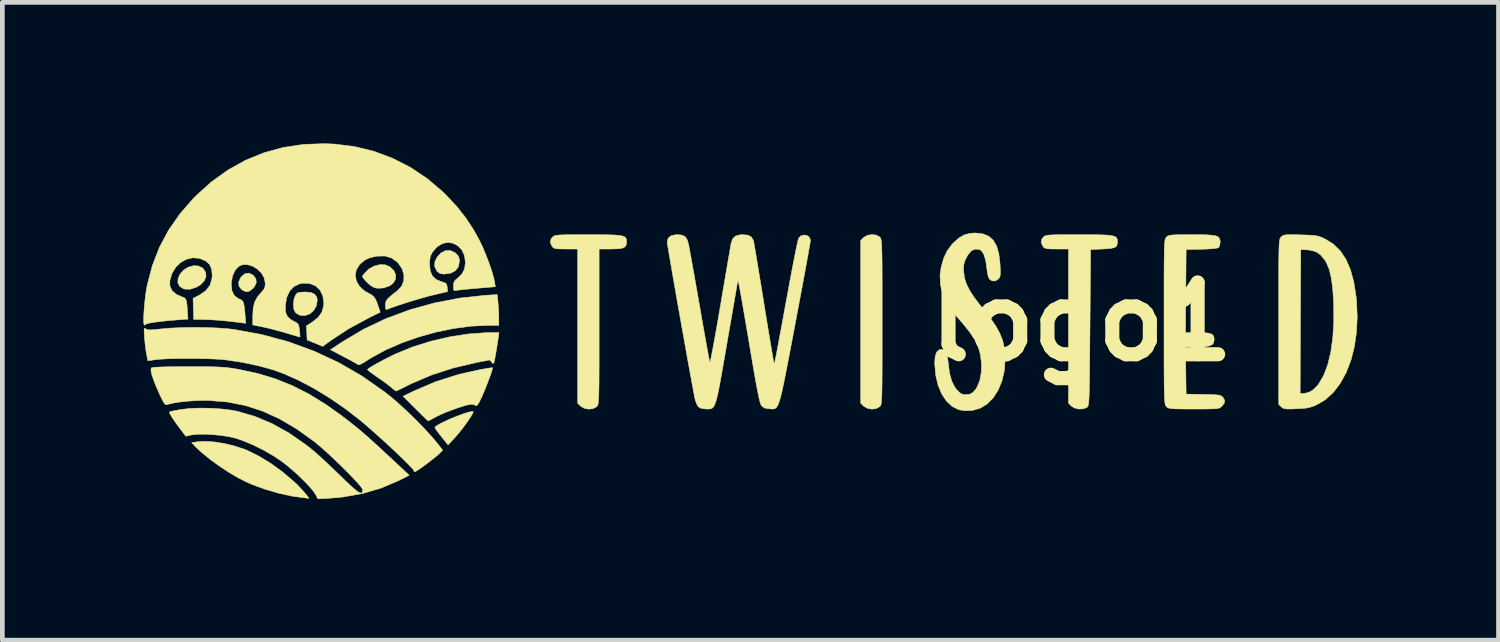
<source format=kicad_pcb>
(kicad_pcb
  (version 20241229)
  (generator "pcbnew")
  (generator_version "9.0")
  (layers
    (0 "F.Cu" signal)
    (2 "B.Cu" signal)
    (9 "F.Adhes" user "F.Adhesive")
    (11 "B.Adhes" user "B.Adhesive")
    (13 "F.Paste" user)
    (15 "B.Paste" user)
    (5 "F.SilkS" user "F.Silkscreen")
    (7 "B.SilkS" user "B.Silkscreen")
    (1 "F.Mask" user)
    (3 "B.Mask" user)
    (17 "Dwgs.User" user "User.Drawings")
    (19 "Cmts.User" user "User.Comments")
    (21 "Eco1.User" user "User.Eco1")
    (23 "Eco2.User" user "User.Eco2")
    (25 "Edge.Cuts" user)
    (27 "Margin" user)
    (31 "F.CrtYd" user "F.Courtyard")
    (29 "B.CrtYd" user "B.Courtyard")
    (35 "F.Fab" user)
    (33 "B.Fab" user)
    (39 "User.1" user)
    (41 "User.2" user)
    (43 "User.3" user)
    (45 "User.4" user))
  (footprint "logo1"
    (layer "F.Cu")
    (at 19.954 3.795)
    (property "Reference" "logo1" (at 0 0 0) (layer "F.SilkS") (effects (font (size 1.524 1.524) (thickness 0.3))))
    (attr through_hole)
    (fp_poly (pts (xy -17.631 -0.999) (xy -17.618 -0.989) (xy -17.562 -0.918) (xy -17.553 -0.836) (xy -17.591 -0.75) (xy -17.626 -0.709) (xy -17.702 -0.651) (xy -17.773 -0.64) (xy -17.849 -0.675) (xy -17.865 -0.688) (xy -17.921 -0.758) (xy -17.929 -0.842) (xy -17.89 -0.933) (xy -17.867 -0.963) (xy -17.793 -1.025) (xy -17.715 -1.037) (xy -17.631 -0.999)) (stroke (width 0.01) (type solid)) (fill yes) (layer "F.SilkS"))
    (fp_poly (pts (xy -18.788 -1.189) (xy -18.699 -1.148) (xy -18.681 -1.131) (xy -18.629 -1.05) (xy -18.623 -0.961) (xy -18.66 -0.872) (xy -18.736 -0.792) (xy -18.832 -0.734) (xy -18.963 -0.693) (xy -19.078 -0.697) (xy -19.101 -0.704) (xy -19.183 -0.755) (xy -19.222 -0.83) (xy -19.216 -0.923) (xy -19.177 -1.01) (xy -19.099 -1.101) (xy -19.001 -1.163) (xy -18.893 -1.193) (xy -18.788 -1.189)) (stroke (width 0.01) (type solid)) (fill yes) (layer "F.SilkS"))
    (fp_poly (pts (xy -16.383 -0.622) (xy -16.304 -0.582) (xy -16.263 -0.514) (xy -16.256 -0.455) (xy -16.277 -0.339) (xy -16.332 -0.242) (xy -16.413 -0.171) (xy -16.51 -0.134) (xy -16.615 -0.138) (xy -16.637 -0.145) (xy -16.712 -0.189) (xy -16.752 -0.259) (xy -16.764 -0.361) (xy -16.751 -0.484) (xy -16.716 -0.575) (xy -16.678 -0.616) (xy -16.638 -0.626) (xy -16.566 -0.633) (xy -16.504 -0.635) (xy -16.383 -0.622)) (stroke (width 0.01) (type solid)) (fill yes) (layer "F.SilkS"))
    (fp_poly (pts (xy -13.326 -1.47) (xy -13.312 -1.458) (xy -13.258 -1.403) (xy -13.237 -1.342) (xy -13.233 -1.285) (xy -13.255 -1.173) (xy -13.317 -1.089) (xy -13.417 -1.036) (xy -13.552 -1.016) (xy -13.563 -1.016) (xy -13.643 -1.027) (xy -13.699 -1.065) (xy -13.714 -1.083) (xy -13.76 -1.177) (xy -13.755 -1.278) (xy -13.709 -1.374) (xy -13.623 -1.467) (xy -13.526 -1.515) (xy -13.425 -1.517) (xy -13.326 -1.47)) (stroke (width 0.01) (type solid)) (fill yes) (layer "F.SilkS"))
    (fp_poly (pts (xy -14.81 -1.213) (xy -14.712 -1.172) (xy -14.627 -1.089) (xy -14.588 -0.999) (xy -14.592 -0.91) (xy -14.636 -0.83) (xy -14.716 -0.766) (xy -14.831 -0.726) (xy -14.89 -0.717) (xy -14.982 -0.715) (xy -15.049 -0.731) (xy -15.111 -0.766) (xy -15.182 -0.824) (xy -15.243 -0.887) (xy -15.249 -0.895) (xy -15.301 -0.965) (xy -15.249 -1.035) (xy -15.159 -1.124) (xy -15.047 -1.186) (xy -14.926 -1.217) (xy -14.81 -1.213)) (stroke (width 0.01) (type solid)) (fill yes) (layer "F.SilkS"))
    (fp_poly (pts (xy -12.94 1.91) (xy -12.939 1.911) (xy -12.946 1.938) (xy -12.978 1.996) (xy -13.03 2.076) (xy -13.095 2.169) (xy -13.168 2.267) (xy -13.243 2.361) (xy -13.312 2.443) (xy -13.332 2.465) (xy -13.475 2.618) (xy -13.609 2.45) (xy -13.673 2.37) (xy -13.723 2.302) (xy -13.753 2.258) (xy -13.756 2.251) (xy -13.74 2.227) (xy -13.685 2.19) (xy -13.601 2.144) (xy -13.495 2.094) (xy -13.378 2.043) (xy -13.259 1.996) (xy -13.146 1.955) (xy -13.049 1.924) (xy -12.978 1.908) (xy -12.94 1.91)) (stroke (width 0.01) (type solid)) (fill yes) (layer "F.SilkS"))
    (fp_poly (pts (xy -12.412 -0.411) (xy -12.403 -0.289) (xy -12.397 -0.159) (xy -12.395 -0.083) (xy -12.395 0.076) (xy -12.648 0.076) (xy -12.997 0.093) (xy -13.365 0.143) (xy -13.741 0.221) (xy -14.113 0.326) (xy -14.472 0.453) (xy -14.807 0.6) (xy -15.107 0.764) (xy -15.204 0.826) (xy -15.283 0.875) (xy -15.346 0.906) (xy -15.382 0.914) (xy -15.384 0.913) (xy -15.414 0.894) (xy -15.479 0.857) (xy -15.57 0.807) (xy -15.679 0.749) (xy -15.691 0.743) (xy -15.976 0.593) (xy -15.716 0.421) (xy -15.271 0.157) (xy -14.796 -0.069) (xy -14.294 -0.255) (xy -13.771 -0.401) (xy -13.23 -0.505) (xy -12.677 -0.565) (xy -12.621 -0.568) (xy -12.428 -0.58) (xy -12.412 -0.411)) (stroke (width 0.01) (type solid)) (fill yes) (layer "F.SilkS"))
    (fp_poly (pts (xy -18.44 2.555) (xy -18.225 2.589) (xy -18.007 2.643) (xy -17.799 2.712) (xy -17.753 2.731) (xy -17.505 2.852) (xy -17.248 3.008) (xy -16.995 3.192) (xy -16.758 3.393) (xy -16.7 3.447) (xy -16.638 3.51) (xy -16.573 3.58) (xy -16.513 3.648) (xy -16.466 3.705) (xy -16.438 3.744) (xy -16.436 3.756) (xy -16.438 3.755) (xy -16.466 3.75) (xy -16.526 3.743) (xy -16.548 3.741) (xy -16.806 3.705) (xy -17.087 3.642) (xy -17.373 3.558) (xy -17.646 3.458) (xy -17.773 3.402) (xy -17.95 3.311) (xy -18.143 3.197) (xy -18.34 3.066) (xy -18.53 2.929) (xy -18.699 2.792) (xy -18.838 2.665) (xy -18.868 2.633) (xy -18.928 2.569) (xy -18.808 2.551) (xy -18.639 2.541) (xy -18.44 2.555)) (stroke (width 0.01) (type solid)) (fill yes) (layer "F.SilkS"))
    (fp_poly (pts (xy -12.532 1.004) (xy -12.551 1.068) (xy -12.582 1.158) (xy -12.622 1.266) (xy -12.666 1.379) (xy -12.711 1.489) (xy -12.752 1.586) (xy -12.769 1.622) (xy -12.817 1.718) (xy -12.852 1.771) (xy -12.877 1.785) (xy -12.885 1.781) (xy -12.931 1.759) (xy -12.975 1.753) (xy -13.038 1.762) (xy -13.136 1.788) (xy -13.256 1.826) (xy -13.387 1.873) (xy -13.517 1.922) (xy -13.634 1.972) (xy -13.726 2.017) (xy -13.733 2.021) (xy -13.811 2.064) (xy -13.87 2.095) (xy -13.897 2.107) (xy -13.898 2.108) (xy -13.918 2.09) (xy -13.967 2.043) (xy -14.039 1.973) (xy -14.128 1.886) (xy -14.169 1.845) (xy -14.432 1.582) (xy -14.216 1.477) (xy -13.745 1.275) (xy -13.251 1.118) (xy -12.789 1.015) (xy -12.683 0.997) (xy -12.596 0.983) (xy -12.542 0.976) (xy -12.528 0.976) (xy -12.532 1.004)) (stroke (width 0.01) (type solid)) (fill yes) (layer "F.SilkS"))
    (fp_poly (pts (xy -4.369 -1.846) (xy -4.294 -1.805) (xy -4.293 -1.803) (xy -4.283 -1.792) (xy -4.274 -1.778) (xy -4.267 -1.757) (xy -4.261 -1.726) (xy -4.256 -1.68) (xy -4.252 -1.617) (xy -4.249 -1.533) (xy -4.246 -1.423) (xy -4.244 -1.285) (xy -4.243 -1.114) (xy -4.242 -0.908) (xy -4.242 -0.662) (xy -4.242 -0.373) (xy -4.242 -0.037) (xy -4.242 0) (xy -4.242 0.341) (xy -4.242 0.634) (xy -4.242 0.885) (xy -4.243 1.095) (xy -4.244 1.269) (xy -4.246 1.41) (xy -4.248 1.522) (xy -4.251 1.609) (xy -4.255 1.675) (xy -4.26 1.722) (xy -4.266 1.755) (xy -4.273 1.776) (xy -4.282 1.791) (xy -4.292 1.802) (xy -4.293 1.803) (xy -4.367 1.845) (xy -4.461 1.857) (xy -4.557 1.839) (xy -4.635 1.793) (xy -4.637 1.792) (xy -4.699 1.73) (xy -4.699 -1.73) (xy -4.637 -1.792) (xy -4.56 -1.839) (xy -4.464 -1.857) (xy -4.369 -1.846)) (stroke (width 0.01) (type solid)) (fill yes) (layer "F.SilkS"))
    (fp_poly (pts (xy -12.408 0.349) (xy -12.42 0.432) (xy -12.438 0.544) (xy -12.458 0.664) (xy -12.463 0.692) (xy -12.482 0.797) (xy -12.496 0.858) (xy -12.509 0.885) (xy -12.524 0.883) (xy -12.544 0.862) (xy -12.586 0.811) (xy -12.865 0.864) (xy -13.356 0.979) (xy -13.822 1.129) (xy -14.256 1.314) (xy -14.352 1.362) (xy -14.447 1.41) (xy -14.523 1.447) (xy -14.571 1.469) (xy -14.581 1.472) (xy -14.605 1.456) (xy -14.654 1.418) (xy -14.681 1.395) (xy -14.742 1.346) (xy -14.83 1.28) (xy -14.931 1.209) (xy -14.98 1.175) (xy -15.068 1.113) (xy -15.138 1.062) (xy -15.18 1.027) (xy -15.189 1.016) (xy -15.168 0.995) (xy -15.109 0.956) (xy -15.02 0.904) (xy -14.911 0.844) (xy -14.788 0.779) (xy -14.661 0.716) (xy -14.58 0.677) (xy -14.225 0.532) (xy -13.84 0.412) (xy -13.441 0.319) (xy -13.042 0.257) (xy -12.658 0.23) (xy -12.569 0.229) (xy -12.392 0.229) (xy -12.408 0.349)) (stroke (width 0.01) (type solid)) (fill yes) (layer "F.SilkS"))
    (fp_poly (pts (xy 0.169 -1.854) (xy 0.349 -1.852) (xy 0.489 -1.848) (xy 0.593 -1.84) (xy 0.666 -1.828) (xy 0.715 -1.811) (xy 0.744 -1.788) (xy 0.757 -1.758) (xy 0.762 -1.72) (xy 0.762 -1.707) (xy 0.757 -1.647) (xy 0.739 -1.605) (xy 0.699 -1.579) (xy 0.628 -1.563) (xy 0.519 -1.553) (xy 0.452 -1.549) (xy 0.191 -1.537) (xy 0.178 0.123) (xy 0.175 0.454) (xy 0.173 0.738) (xy 0.171 0.979) (xy 0.168 1.18) (xy 0.166 1.345) (xy 0.163 1.477) (xy 0.159 1.581) (xy 0.155 1.661) (xy 0.15 1.719) (xy 0.145 1.759) (xy 0.138 1.786) (xy 0.13 1.803) (xy 0.121 1.814) (xy 0.116 1.818) (xy 0.034 1.851) (xy -0.065 1.854) (xy -0.16 1.829) (xy -0.217 1.792) (xy -0.279 1.73) (xy -0.279 -1.549) (xy -0.532 -1.549) (xy -0.649 -1.55) (xy -0.725 -1.554) (xy -0.773 -1.564) (xy -0.803 -1.581) (xy -0.824 -1.606) (xy -0.86 -1.687) (xy -0.847 -1.759) (xy -0.813 -1.803) (xy -0.796 -1.818) (xy -0.773 -1.83) (xy -0.74 -1.839) (xy -0.69 -1.845) (xy -0.617 -1.85) (xy -0.515 -1.852) (xy -0.378 -1.854) (xy -0.2 -1.854) (xy -0.056 -1.854) (xy 0.169 -1.854)) (stroke (width 0.01) (type solid)) (fill yes) (layer "F.SilkS"))
    (fp_poly (pts (xy -10.27 -1.854) (xy -10.091 -1.852) (xy -9.951 -1.848) (xy -9.847 -1.84) (xy -9.774 -1.828) (xy -9.725 -1.811) (xy -9.696 -1.788) (xy -9.682 -1.757) (xy -9.678 -1.719) (xy -9.677 -1.702) (xy -9.684 -1.639) (xy -9.71 -1.596) (xy -9.762 -1.568) (xy -9.848 -1.554) (xy -9.976 -1.55) (xy -10.009 -1.549) (xy -10.262 -1.549) (xy -10.262 0.102) (xy -10.262 0.432) (xy -10.262 0.715) (xy -10.262 0.955) (xy -10.263 1.155) (xy -10.264 1.319) (xy -10.266 1.452) (xy -10.269 1.556) (xy -10.272 1.635) (xy -10.277 1.694) (xy -10.282 1.736) (xy -10.288 1.764) (xy -10.296 1.783) (xy -10.305 1.796) (xy -10.312 1.803) (xy -10.386 1.845) (xy -10.481 1.857) (xy -10.577 1.839) (xy -10.655 1.793) (xy -10.656 1.792) (xy -10.719 1.73) (xy -10.719 -1.549) (xy -10.971 -1.549) (xy -11.088 -1.55) (xy -11.165 -1.554) (xy -11.213 -1.564) (xy -11.242 -1.581) (xy -11.263 -1.606) (xy -11.3 -1.687) (xy -11.286 -1.759) (xy -11.252 -1.803) (xy -11.235 -1.818) (xy -11.213 -1.83) (xy -11.179 -1.839) (xy -11.129 -1.845) (xy -11.056 -1.85) (xy -10.954 -1.852) (xy -10.817 -1.854) (xy -10.639 -1.854) (xy -10.496 -1.854) (xy -10.27 -1.854)) (stroke (width 0.01) (type solid)) (fill yes) (layer "F.SilkS"))
    (fp_poly (pts (xy -18.613 0.121) (xy -18.367 0.131) (xy -18.147 0.148) (xy -18.021 0.163) (xy -17.437 0.27) (xy -16.872 0.423) (xy -16.327 0.622) (xy -15.804 0.865) (xy -15.305 1.153) (xy -14.832 1.485) (xy -14.694 1.594) (xy -14.555 1.712) (xy -14.398 1.855) (xy -14.233 2.013) (xy -14.07 2.176) (xy -13.92 2.334) (xy -13.791 2.477) (xy -13.719 2.564) (xy -13.589 2.728) (xy -13.646 2.789) (xy -13.694 2.833) (xy -13.772 2.897) (xy -13.867 2.972) (xy -13.968 3.048) (xy -14.063 3.117) (xy -14.129 3.161) (xy -14.177 3.189) (xy -14.196 3.186) (xy -14.199 3.168) (xy -14.217 3.14) (xy -14.268 3.083) (xy -14.347 3.002) (xy -14.448 2.903) (xy -14.567 2.789) (xy -14.698 2.666) (xy -14.836 2.539) (xy -14.976 2.413) (xy -15.112 2.292) (xy -15.239 2.181) (xy -15.342 2.095) (xy -15.657 1.85) (xy -15.986 1.624) (xy -16.319 1.42) (xy -16.647 1.246) (xy -16.963 1.105) (xy -17.199 1.02) (xy -17.505 0.935) (xy -17.847 0.863) (xy -18.199 0.809) (xy -18.314 0.798) (xy -18.466 0.79) (xy -18.643 0.784) (xy -18.836 0.781) (xy -19.034 0.78) (xy -19.227 0.781) (xy -19.404 0.785) (xy -19.556 0.792) (xy -19.67 0.801) (xy -19.701 0.805) (xy -19.858 0.829) (xy -19.887 0.688) (xy -19.903 0.592) (xy -19.918 0.47) (xy -19.93 0.346) (xy -19.931 0.33) (xy -19.938 0.227) (xy -19.939 0.166) (xy -19.934 0.139) (xy -19.92 0.138) (xy -19.905 0.149) (xy -19.88 0.163) (xy -19.84 0.17) (xy -19.778 0.17) (xy -19.683 0.162) (xy -19.564 0.149) (xy -19.361 0.132) (xy -19.125 0.122) (xy -18.87 0.118) (xy -18.613 0.121)) (stroke (width 0.01) (type solid)) (fill yes) (layer "F.SilkS"))
    (fp_poly (pts (xy 4.504 -1.854) (xy 4.642 -1.851) (xy 4.658 -1.85) (xy 4.802 -1.846) (xy 4.907 -1.841) (xy 4.985 -1.832) (xy 5.047 -1.818) (xy 5.105 -1.797) (xy 5.171 -1.766) (xy 5.186 -1.759) (xy 5.359 -1.65) (xy 5.505 -1.506) (xy 5.625 -1.324) (xy 5.72 -1.104) (xy 5.79 -0.842) (xy 5.838 -0.537) (xy 5.847 -0.447) (xy 5.862 -0.106) (xy 5.846 0.221) (xy 5.801 0.53) (xy 5.728 0.816) (xy 5.628 1.076) (xy 5.503 1.305) (xy 5.356 1.499) (xy 5.186 1.654) (xy 5.014 1.757) (xy 4.928 1.795) (xy 4.851 1.82) (xy 4.769 1.836) (xy 4.663 1.845) (xy 4.57 1.849) (xy 4.448 1.854) (xy 4.366 1.853) (xy 4.313 1.847) (xy 4.278 1.834) (xy 4.25 1.811) (xy 4.245 1.807) (xy 4.191 1.753) (xy 4.191 1.524) (xy 4.648 1.524) (xy 4.714 1.524) (xy 4.782 1.513) (xy 4.86 1.486) (xy 4.867 1.483) (xy 4.931 1.439) (xy 5.002 1.37) (xy 5.04 1.323) (xy 5.148 1.14) (xy 5.234 0.913) (xy 5.299 0.645) (xy 5.342 0.338) (xy 5.363 -0.004) (xy 5.361 -0.38) (xy 5.356 -0.483) (xy 5.337 -0.737) (xy 5.307 -0.947) (xy 5.265 -1.118) (xy 5.209 -1.253) (xy 5.173 -1.314) (xy 5.079 -1.427) (xy 4.973 -1.496) (xy 4.844 -1.527) (xy 4.797 -1.531) (xy 4.661 -1.537) (xy 4.654 -0.006) (xy 4.648 1.524) (xy 4.191 1.524) (xy 4.191 0) (xy 4.191 -0.341) (xy 4.191 -0.634) (xy 4.191 -0.884) (xy 4.192 -1.094) (xy 4.193 -1.268) (xy 4.195 -1.409) (xy 4.197 -1.522) (xy 4.2 -1.609) (xy 4.204 -1.674) (xy 4.209 -1.721) (xy 4.215 -1.754) (xy 4.222 -1.776) (xy 4.231 -1.791) (xy 4.241 -1.802) (xy 4.245 -1.806) (xy 4.269 -1.827) (xy 4.298 -1.842) (xy 4.341 -1.85) (xy 4.406 -1.854) (xy 4.504 -1.854)) (stroke (width 0.01) (type solid)) (fill yes) (layer "F.SilkS"))
    (fp_poly (pts (xy 2.534 -1.853) (xy 2.68 -1.85) (xy 2.787 -1.841) (xy 2.861 -1.827) (xy 2.908 -1.805) (xy 2.934 -1.773) (xy 2.945 -1.731) (xy 2.946 -1.691) (xy 2.937 -1.624) (xy 2.914 -1.58) (xy 2.913 -1.579) (xy 2.875 -1.567) (xy 2.795 -1.557) (xy 2.683 -1.549) (xy 2.551 -1.544) (xy 2.223 -1.537) (xy 2.216 -0.654) (xy 2.209 0.229) (xy 2.474 0.229) (xy 2.615 0.231) (xy 2.712 0.242) (xy 2.773 0.264) (xy 2.806 0.301) (xy 2.819 0.355) (xy 2.819 0.381) (xy 2.809 0.443) (xy 2.775 0.487) (xy 2.709 0.514) (xy 2.607 0.529) (xy 2.46 0.533) (xy 2.458 0.533) (xy 2.209 0.533) (xy 2.223 1.537) (xy 2.591 1.543) (xy 2.736 1.546) (xy 2.839 1.55) (xy 2.909 1.557) (xy 2.953 1.567) (xy 2.982 1.582) (xy 3.003 1.603) (xy 3.004 1.603) (xy 3.042 1.668) (xy 3.037 1.726) (xy 2.986 1.791) (xy 2.986 1.792) (xy 2.964 1.813) (xy 2.941 1.828) (xy 2.909 1.839) (xy 2.862 1.847) (xy 2.792 1.851) (xy 2.693 1.853) (xy 2.556 1.854) (xy 2.389 1.854) (xy 2.21 1.854) (xy 2.075 1.853) (xy 1.977 1.85) (xy 1.908 1.845) (xy 1.863 1.837) (xy 1.832 1.826) (xy 1.811 1.811) (xy 1.803 1.803) (xy 1.794 1.792) (xy 1.785 1.778) (xy 1.778 1.757) (xy 1.772 1.726) (xy 1.767 1.68) (xy 1.763 1.617) (xy 1.759 1.533) (xy 1.757 1.423) (xy 1.755 1.285) (xy 1.754 1.114) (xy 1.753 0.908) (xy 1.753 0.662) (xy 1.753 0.373) (xy 1.753 0.037) (xy 1.753 0) (xy 1.753 -0.341) (xy 1.753 -0.634) (xy 1.753 -0.885) (xy 1.754 -1.095) (xy 1.755 -1.269) (xy 1.757 -1.41) (xy 1.759 -1.522) (xy 1.762 -1.609) (xy 1.766 -1.675) (xy 1.771 -1.722) (xy 1.777 -1.755) (xy 1.784 -1.776) (xy 1.793 -1.791) (xy 1.802 -1.802) (xy 1.803 -1.803) (xy 1.824 -1.821) (xy 1.851 -1.834) (xy 1.892 -1.843) (xy 1.953 -1.849) (xy 2.043 -1.852) (xy 2.169 -1.854) (xy 2.338 -1.854) (xy 2.344 -1.854) (xy 2.534 -1.853)) (stroke (width 0.01) (type solid)) (fill yes) (layer "F.SilkS"))
    (fp_poly (pts (xy -2.104 -1.873) (xy -1.977 -1.822) (xy -1.879 -1.736) (xy -1.807 -1.611) (xy -1.76 -1.445) (xy -1.735 -1.235) (xy -1.734 -1.216) (xy -1.728 -1.097) (xy -1.729 -1.018) (xy -1.736 -0.966) (xy -1.752 -0.932) (xy -1.766 -0.914) (xy -1.832 -0.871) (xy -1.904 -0.871) (xy -1.961 -0.908) (xy -1.984 -0.958) (xy -2.004 -1.044) (xy -2.016 -1.137) (xy -2.04 -1.305) (xy -2.078 -1.431) (xy -2.128 -1.511) (xy -2.178 -1.541) (xy -2.269 -1.546) (xy -2.347 -1.509) (xy -2.416 -1.426) (xy -2.447 -1.372) (xy -2.487 -1.287) (xy -2.506 -1.216) (xy -2.511 -1.135) (xy -2.507 -1.06) (xy -2.49 -0.934) (xy -2.451 -0.81) (xy -2.388 -0.68) (xy -2.296 -0.536) (xy -2.171 -0.37) (xy -2.107 -0.292) (xy -1.951 -0.094) (xy -1.83 0.081) (xy -1.741 0.241) (xy -1.68 0.395) (xy -1.643 0.552) (xy -1.627 0.72) (xy -1.626 0.8) (xy -1.643 1.036) (xy -1.694 1.255) (xy -1.774 1.451) (xy -1.881 1.618) (xy -2.012 1.749) (xy -2.149 1.833) (xy -2.313 1.883) (xy -2.481 1.892) (xy -2.616 1.868) (xy -2.756 1.797) (xy -2.877 1.683) (xy -2.977 1.531) (xy -3.053 1.347) (xy -3.103 1.136) (xy -3.123 0.903) (xy -3.124 0.87) (xy -3.114 0.734) (xy -3.083 0.643) (xy -3.029 0.594) (xy -2.976 0.584) (xy -2.92 0.6) (xy -2.88 0.651) (xy -2.853 0.743) (xy -2.836 0.876) (xy -2.81 1.087) (xy -2.764 1.255) (xy -2.698 1.388) (xy -2.65 1.449) (xy -2.585 1.513) (xy -2.528 1.543) (xy -2.472 1.549) (xy -2.379 1.539) (xy -2.309 1.5) (xy -2.246 1.425) (xy -2.224 1.388) (xy -2.165 1.247) (xy -2.134 1.075) (xy -2.129 0.887) (xy -2.153 0.695) (xy -2.195 0.538) (xy -2.265 0.392) (xy -2.378 0.221) (xy -2.535 0.026) (xy -2.58 -0.025) (xy -2.707 -0.174) (xy -2.803 -0.298) (xy -2.873 -0.406) (xy -2.924 -0.507) (xy -2.947 -0.567) (xy -3.002 -0.785) (xy -3.011 -0.997) (xy -2.988 -1.159) (xy -2.935 -1.351) (xy -2.86 -1.509) (xy -2.757 -1.648) (xy -2.734 -1.672) (xy -2.613 -1.782) (xy -2.494 -1.851) (xy -2.364 -1.884) (xy -2.261 -1.89) (xy -2.104 -1.873)) (stroke (width 0.01) (type solid)) (fill yes) (layer "F.SilkS"))
    (fp_poly (pts (xy -18.78 0.953) (xy -18.599 0.954) (xy -18.452 0.957) (xy -18.331 0.961) (xy -18.228 0.968) (xy -18.135 0.978) (xy -18.044 0.991) (xy -17.945 1.008) (xy -17.923 1.012) (xy -17.519 1.099) (xy -17.141 1.214) (xy -16.781 1.359) (xy -16.428 1.539) (xy -16.073 1.758) (xy -15.764 1.977) (xy -15.627 2.081) (xy -15.505 2.177) (xy -15.389 2.27) (xy -15.272 2.369) (xy -15.147 2.479) (xy -15.006 2.607) (xy -14.84 2.76) (xy -14.726 2.866) (xy -14.3 3.263) (xy -14.52 3.374) (xy -14.894 3.534) (xy -15.293 3.652) (xy -15.713 3.726) (xy -15.977 3.75) (xy -16.243 3.765) (xy -16.294 3.668) (xy -16.344 3.595) (xy -16.427 3.498) (xy -16.533 3.386) (xy -16.656 3.267) (xy -16.787 3.149) (xy -16.919 3.039) (xy -16.989 2.984) (xy -17.182 2.853) (xy -17.401 2.727) (xy -17.63 2.614) (xy -17.852 2.522) (xy -17.996 2.474) (xy -18.137 2.442) (xy -18.303 2.416) (xy -18.478 2.399) (xy -18.649 2.39) (xy -18.801 2.391) (xy -18.922 2.404) (xy -18.943 2.408) (xy -19.051 2.433) (xy -19.161 2.29) (xy -19.254 2.164) (xy -19.327 2.059) (xy -19.377 1.978) (xy -19.4 1.929) (xy -19.399 1.916) (xy -19.37 1.906) (xy -19.302 1.891) (xy -19.207 1.873) (xy -19.148 1.863) (xy -18.965 1.842) (xy -18.75 1.834) (xy -18.52 1.838) (xy -18.293 1.853) (xy -18.085 1.878) (xy -17.958 1.902) (xy -17.585 2.01) (xy -17.221 2.163) (xy -16.862 2.362) (xy -16.504 2.61) (xy -16.396 2.694) (xy -16.315 2.762) (xy -16.208 2.857) (xy -16.082 2.973) (xy -15.948 3.099) (xy -15.814 3.228) (xy -15.783 3.258) (xy -15.637 3.4) (xy -15.521 3.507) (xy -15.434 3.582) (xy -15.371 3.626) (xy -15.329 3.642) (xy -15.304 3.633) (xy -15.292 3.599) (xy -15.291 3.57) (xy -15.309 3.534) (xy -15.359 3.47) (xy -15.436 3.383) (xy -15.535 3.278) (xy -15.65 3.161) (xy -15.775 3.038) (xy -15.905 2.914) (xy -16.034 2.793) (xy -16.157 2.683) (xy -16.269 2.588) (xy -16.332 2.537) (xy -16.697 2.276) (xy -17.059 2.063) (xy -17.421 1.898) (xy -17.789 1.779) (xy -18.166 1.705) (xy -18.555 1.673) (xy -18.669 1.671) (xy -18.843 1.676) (xy -19.018 1.688) (xy -19.182 1.706) (xy -19.323 1.728) (xy -19.43 1.754) (xy -19.459 1.764) (xy -19.483 1.761) (xy -19.512 1.73) (xy -19.55 1.665) (xy -19.602 1.558) (xy -19.602 1.557) (xy -19.682 1.377) (xy -19.741 1.226) (xy -19.78 1.107) (xy -19.795 1.024) (xy -19.787 0.981) (xy -19.787 0.981) (xy -19.755 0.971) (xy -19.68 0.964) (xy -19.561 0.959) (xy -19.394 0.955) (xy -19.179 0.953) (xy -19.004 0.953) (xy -18.78 0.953)) (stroke (width 0.01) (type solid)) (fill yes) (layer "F.SilkS"))
    (fp_poly (pts (xy -7.098 -1.844) (xy -7.028 -1.808) (xy -6.985 -1.741) (xy -6.976 -1.714) (xy -6.97 -1.68) (xy -6.956 -1.6) (xy -6.935 -1.481) (xy -6.909 -1.326) (xy -6.879 -1.14) (xy -6.844 -0.93) (xy -6.806 -0.699) (xy -6.766 -0.453) (xy -6.757 -0.395) (xy -6.717 -0.148) (xy -6.679 0.084) (xy -6.644 0.295) (xy -6.613 0.482) (xy -6.587 0.638) (xy -6.566 0.76) (xy -6.551 0.842) (xy -6.543 0.881) (xy -6.542 0.883) (xy -6.539 0.884) (xy -6.535 0.878) (xy -6.529 0.861) (xy -6.521 0.829) (xy -6.511 0.779) (xy -6.496 0.708) (xy -6.477 0.61) (xy -6.453 0.483) (xy -6.424 0.323) (xy -6.387 0.126) (xy -6.343 -0.112) (xy -6.292 -0.394) (xy -6.262 -0.552) (xy -6.218 -0.792) (xy -6.176 -1.017) (xy -6.137 -1.222) (xy -6.101 -1.403) (xy -6.071 -1.554) (xy -6.046 -1.671) (xy -6.029 -1.747) (xy -6.02 -1.778) (xy -5.97 -1.829) (xy -5.905 -1.848) (xy -5.839 -1.837) (xy -5.788 -1.799) (xy -5.767 -1.737) (xy -5.767 -1.733) (xy -5.772 -1.697) (xy -5.786 -1.615) (xy -5.807 -1.492) (xy -5.836 -1.331) (xy -5.871 -1.138) (xy -5.912 -0.916) (xy -5.958 -0.67) (xy -6.008 -0.404) (xy -6.061 -0.122) (xy -6.093 0.049) (xy -6.158 0.393) (xy -6.215 0.691) (xy -6.264 0.946) (xy -6.306 1.161) (xy -6.343 1.34) (xy -6.374 1.485) (xy -6.403 1.601) (xy -6.428 1.69) (xy -6.453 1.756) (xy -6.476 1.802) (xy -6.501 1.832) (xy -6.527 1.848) (xy -6.555 1.854) (xy -6.587 1.854) (xy -6.624 1.851) (xy -6.65 1.849) (xy -6.736 1.835) (xy -6.792 1.801) (xy -6.812 1.777) (xy -6.826 1.749) (xy -6.842 1.698) (xy -6.861 1.62) (xy -6.884 1.511) (xy -6.912 1.368) (xy -6.945 1.188) (xy -6.983 0.967) (xy -7.028 0.703) (xy -7.073 0.434) (xy -7.115 0.186) (xy -7.155 -0.047) (xy -7.191 -0.26) (xy -7.224 -0.448) (xy -7.252 -0.606) (xy -7.275 -0.73) (xy -7.291 -0.814) (xy -7.3 -0.855) (xy -7.301 -0.858) (xy -7.315 -0.863) (xy -7.315 -0.861) (xy -7.32 -0.835) (xy -7.332 -0.763) (xy -7.351 -0.651) (xy -7.377 -0.503) (xy -7.408 -0.323) (xy -7.443 -0.117) (xy -7.483 0.111) (xy -7.526 0.357) (xy -7.543 0.457) (xy -7.595 0.757) (xy -7.639 1.01) (xy -7.677 1.222) (xy -7.709 1.394) (xy -7.738 1.532) (xy -7.763 1.64) (xy -7.787 1.72) (xy -7.811 1.778) (xy -7.835 1.816) (xy -7.862 1.839) (xy -7.892 1.851) (xy -7.926 1.854) (xy -7.967 1.854) (xy -7.991 1.854) (xy -8.093 1.84) (xy -8.151 1.806) (xy -8.184 1.753) (xy -8.214 1.673) (xy -8.227 1.622) (xy -8.246 1.524) (xy -8.271 1.389) (xy -8.302 1.221) (xy -8.338 1.026) (xy -8.377 0.809) (xy -8.419 0.576) (xy -8.463 0.33) (xy -8.508 0.077) (xy -8.553 -0.177) (xy -8.598 -0.427) (xy -8.64 -0.67) (xy -8.68 -0.898) (xy -8.716 -1.107) (xy -8.748 -1.293) (xy -8.775 -1.45) (xy -8.795 -1.572) (xy -8.809 -1.655) (xy -8.814 -1.694) (xy -8.814 -1.695) (xy -8.795 -1.777) (xy -8.738 -1.829) (xy -8.64 -1.852) (xy -8.593 -1.854) (xy -8.495 -1.845) (xy -8.429 -1.81) (xy -8.386 -1.741) (xy -8.36 -1.651) (xy -8.35 -1.603) (xy -8.333 -1.51) (xy -8.309 -1.379) (xy -8.28 -1.214) (xy -8.245 -1.021) (xy -8.207 -0.806) (xy -8.166 -0.574) (xy -8.128 -0.356) (xy -8.086 -0.116) (xy -8.047 0.109) (xy -8.01 0.314) (xy -7.978 0.494) (xy -7.95 0.644) (xy -7.929 0.759) (xy -7.914 0.834) (xy -7.907 0.864) (xy -7.9 0.847) (xy -7.886 0.785) (xy -7.865 0.682) (xy -7.838 0.542) (xy -7.807 0.371) (xy -7.771 0.172) (xy -7.732 -0.05) (xy -7.691 -0.289) (xy -7.682 -0.343) (xy -7.64 -0.591) (xy -7.6 -0.825) (xy -7.563 -1.042) (xy -7.53 -1.235) (xy -7.502 -1.399) (xy -7.479 -1.53) (xy -7.464 -1.622) (xy -7.455 -1.669) (xy -7.455 -1.671) (xy -7.422 -1.766) (xy -7.361 -1.825) (xy -7.265 -1.851) (xy -7.205 -1.854) (xy -7.098 -1.844)) (stroke (width 0.01) (type solid)) (fill yes) (layer "F.SilkS"))
    (fp_poly (pts (xy -15.888 -3.781) (xy -15.462 -3.728) (xy -15.049 -3.627) (xy -14.652 -3.478) (xy -14.274 -3.285) (xy -13.918 -3.047) (xy -13.588 -2.767) (xy -13.513 -2.693) (xy -13.288 -2.452) (xy -13.099 -2.213) (xy -12.933 -1.961) (xy -12.815 -1.748) (xy -12.742 -1.597) (xy -12.67 -1.426) (xy -12.603 -1.25) (xy -12.545 -1.082) (xy -12.503 -0.934) (xy -12.486 -0.85) (xy -12.469 -0.747) (xy -12.845 -0.715) (xy -12.983 -0.703) (xy -13.109 -0.691) (xy -13.211 -0.68) (xy -13.277 -0.671) (xy -13.291 -0.669) (xy -13.335 -0.663) (xy -13.355 -0.679) (xy -13.36 -0.729) (xy -13.36 -0.758) (xy -13.354 -0.83) (xy -13.326 -0.881) (xy -13.27 -0.93) (xy -13.176 -1.022) (xy -13.123 -1.128) (xy -13.106 -1.262) (xy -13.106 -1.27) (xy -13.126 -1.411) (xy -13.18 -1.526) (xy -13.261 -1.614) (xy -13.361 -1.669) (xy -13.471 -1.689) (xy -13.585 -1.669) (xy -13.694 -1.605) (xy -13.733 -1.569) (xy -13.808 -1.48) (xy -13.849 -1.399) (xy -13.866 -1.304) (xy -13.868 -1.232) (xy -13.854 -1.085) (xy -13.808 -0.976) (xy -13.727 -0.9) (xy -13.609 -0.852) (xy -13.604 -0.851) (xy -13.538 -0.83) (xy -13.506 -0.802) (xy -13.494 -0.75) (xy -13.492 -0.734) (xy -13.485 -0.643) (xy -13.785 -0.572) (xy -13.909 -0.541) (xy -14.06 -0.498) (xy -14.224 -0.45) (xy -14.389 -0.398) (xy -14.543 -0.348) (xy -14.672 -0.303) (xy -14.764 -0.268) (xy -14.792 -0.262) (xy -14.805 -0.287) (xy -14.808 -0.35) (xy -14.805 -0.4) (xy -14.792 -0.442) (xy -14.763 -0.485) (xy -14.71 -0.536) (xy -14.627 -0.604) (xy -14.546 -0.667) (xy -14.46 -0.762) (xy -14.416 -0.876) (xy -14.414 -1.002) (xy -14.453 -1.129) (xy -14.534 -1.249) (xy -14.556 -1.272) (xy -14.675 -1.358) (xy -14.815 -1.4) (xy -14.979 -1.397) (xy -15.016 -1.392) (xy -15.147 -1.359) (xy -15.247 -1.312) (xy -15.333 -1.24) (xy -15.363 -1.207) (xy -15.428 -1.1) (xy -15.447 -0.983) (xy -15.423 -0.866) (xy -15.359 -0.756) (xy -15.257 -0.662) (xy -15.193 -0.624) (xy -15.107 -0.577) (xy -15.051 -0.532) (xy -15.012 -0.472) (xy -14.977 -0.384) (xy -14.964 -0.347) (xy -14.917 -0.205) (xy -15.148 -0.091) (xy -15.583 0.144) (xy -15.951 0.385) (xy -16.142 0.522) (xy -16.472 0.385) (xy -16.487 0.086) (xy -16.36 0.004) (xy -16.235 -0.096) (xy -16.157 -0.209) (xy -16.121 -0.34) (xy -16.117 -0.406) (xy -16.139 -0.555) (xy -16.199 -0.676) (xy -16.292 -0.764) (xy -16.412 -0.814) (xy -16.553 -0.822) (xy -16.631 -0.809) (xy -16.749 -0.754) (xy -16.841 -0.659) (xy -16.902 -0.529) (xy -16.914 -0.483) (xy -16.937 -0.328) (xy -16.931 -0.209) (xy -16.893 -0.118) (xy -16.821 -0.049) (xy -16.764 -0.017) (xy -16.698 0.018) (xy -16.662 0.051) (xy -16.645 0.101) (xy -16.635 0.178) (xy -16.627 0.255) (xy -16.623 0.308) (xy -16.622 0.322) (xy -16.646 0.317) (xy -16.709 0.299) (xy -16.801 0.273) (xy -16.908 0.24) (xy -17.05 0.2) (xy -17.201 0.159) (xy -17.339 0.125) (xy -17.41 0.11) (xy -17.628 0.065) (xy -17.628 -0.134) (xy -17.619 -0.293) (xy -17.588 -0.42) (xy -17.531 -0.527) (xy -17.455 -0.617) (xy -17.398 -0.683) (xy -17.37 -0.738) (xy -17.363 -0.807) (xy -17.363 -0.827) (xy -17.387 -0.939) (xy -17.446 -1.04) (xy -17.531 -1.124) (xy -17.633 -1.185) (xy -17.741 -1.217) (xy -17.846 -1.215) (xy -17.927 -1.179) (xy -18.003 -1.098) (xy -18.057 -0.981) (xy -18.083 -0.841) (xy -18.085 -0.792) (xy -18.071 -0.662) (xy -18.028 -0.569) (xy -17.95 -0.503) (xy -17.908 -0.483) (xy -17.868 -0.464) (xy -17.841 -0.438) (xy -17.823 -0.396) (xy -17.81 -0.327) (xy -17.798 -0.223) (xy -17.792 -0.155) (xy -17.776 0.032) (xy -17.911 0.014) (xy -18.117 -0.011) (xy -18.325 -0.031) (xy -18.519 -0.044) (xy -18.681 -0.05) (xy -18.694 -0.05) (xy -18.885 -0.051) (xy -18.892 -0.275) (xy -18.898 -0.5) (xy -18.754 -0.574) (xy -18.624 -0.664) (xy -18.538 -0.779) (xy -18.496 -0.92) (xy -18.491 -0.993) (xy -18.504 -1.124) (xy -18.547 -1.22) (xy -18.622 -1.29) (xy -18.629 -1.294) (xy -18.765 -1.351) (xy -18.904 -1.362) (xy -19.039 -1.331) (xy -19.163 -1.262) (xy -19.268 -1.159) (xy -19.347 -1.027) (xy -19.391 -0.883) (xy -19.391 -0.763) (xy -19.345 -0.663) (xy -19.252 -0.583) (xy -19.112 -0.523) (xy -19.107 -0.522) (xy -19.074 -0.506) (xy -19.052 -0.478) (xy -19.036 -0.426) (xy -19.025 -0.341) (xy -19.017 -0.226) (xy -19.006 -0.058) (xy -19.237 -0.041) (xy -19.425 -0.025) (xy -19.591 -0.008) (xy -19.728 0.01) (xy -19.832 0.028) (xy -19.895 0.046) (xy -19.914 0.059) (xy -19.925 0.072) (xy -19.938 0.062) (xy -19.947 0.026) (xy -19.949 -0.05) (xy -19.946 -0.156) (xy -19.937 -0.283) (xy -19.925 -0.42) (xy -19.909 -0.558) (xy -19.891 -0.686) (xy -19.874 -0.777) (xy -19.765 -1.193) (xy -19.614 -1.583) (xy -19.419 -1.949) (xy -19.178 -2.296) (xy -18.891 -2.626) (xy -18.836 -2.681) (xy -18.503 -2.981) (xy -18.15 -3.233) (xy -17.778 -3.439) (xy -17.386 -3.598) (xy -16.976 -3.71) (xy -16.549 -3.774) (xy -16.104 -3.79) (xy -15.888 -3.781)) (stroke (width 0.01) (type solid)) (fill yes) (layer "F.SilkS")))
  (gr_rect
    (start -3 -3)
    (end 28.821 10.565)
    (stroke (width 0.1) (type default))
    (fill no)
    (layer "Edge.Cuts")))
</source>
